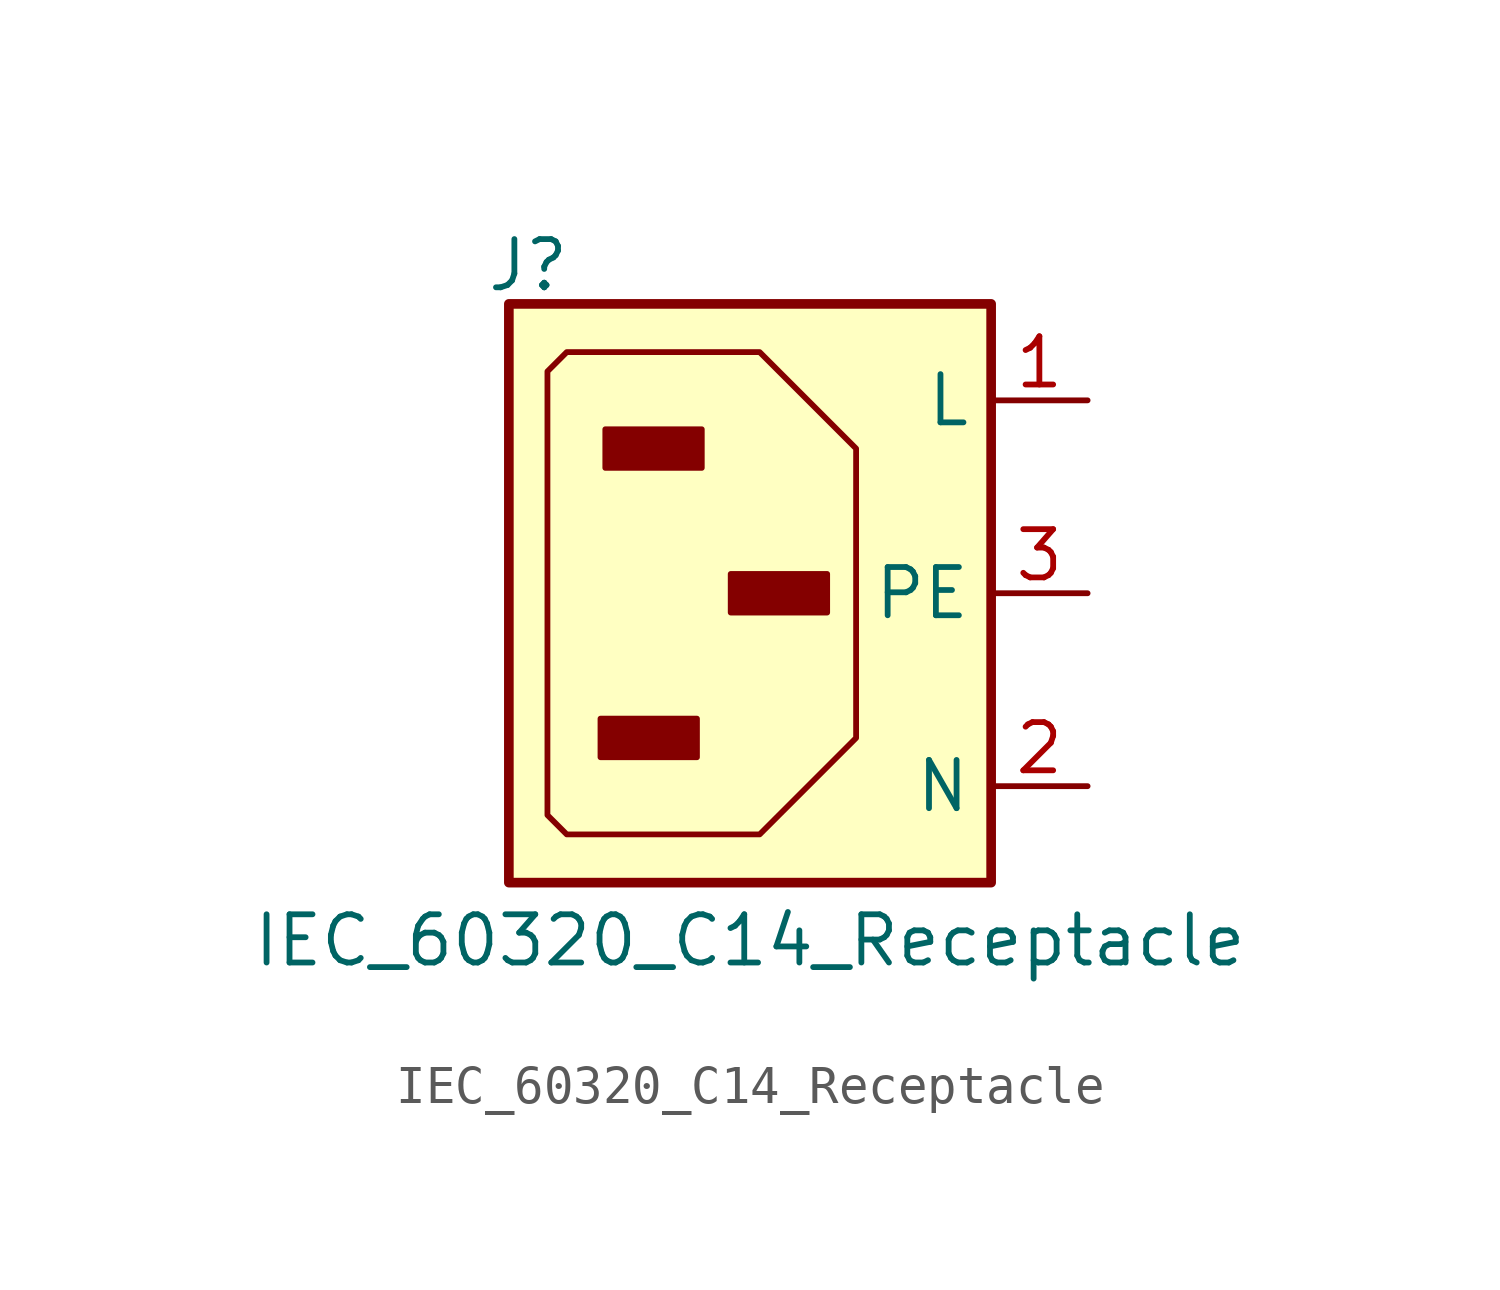
<source format=kicad_sym>
(kicad_symbol_lib
  (version 20241209)
  (generator "kicad_symbol_editor")
  (generator_version "9.0")
  (symbol "IEC_60320_C14_Receptacle"
    (property "Reference" "J"
      (at -5.842 8.636 0)
      (effects (font (size 1.27 1.27))))
    (property "Value" "IEC_60320_C14_Receptacle"
      (at 0 -9.144 0)
      (effects (font (size 1.27 1.27))))
    (symbol "IEC_60320_C14_Receptacle_1_1"
      (rectangle (start -6.35 7.62) (end 6.35 -7.62) (stroke (width 0.254) (type default)) (fill (type background)))
      (polyline (pts (xy -4.826 -6.35) (xy -5.334 -5.842) (xy -5.334 5.842) (xy -4.826 6.35) (xy 0.254 6.35) (xy 2.794 3.81) (xy 2.794 -3.81) (xy 0.254 -6.35) (xy -4.826 -6.35)) (stroke (width 0) (type default)) (fill (type background)))
      (rectangle (start -3.937 -3.302) (end -1.397 -4.318) (stroke (width 0) (type default)) (fill (type outline)))
      (rectangle (start -3.81 4.318) (end -1.27 3.302) (stroke (width 0) (type default)) (fill (type outline)))
      (rectangle (start -0.508 0.508) (end 2.032 -0.508) (stroke (width 0) (type default)) (fill (type outline)))
      (pin power_in line (at 8.89 5.08 180) (length 2.54) (name "L" (effects (font (size 1.27 1.27)))) (number "1" (effects (font (size 1.27 1.27)))))
      (pin bidirectional line (at 8.89 0 180) (length 2.54) (name "PE" (effects (font (size 1.27 1.27)))) (number "3" (effects (font (size 1.27 1.27)))))
      (pin power_in line (at 8.89 -5.08 180) (length 2.54) (name "N" (effects (font (size 1.27 1.27)))) (number "2" (effects (font (size 1.27 1.27))))))))
</source>
